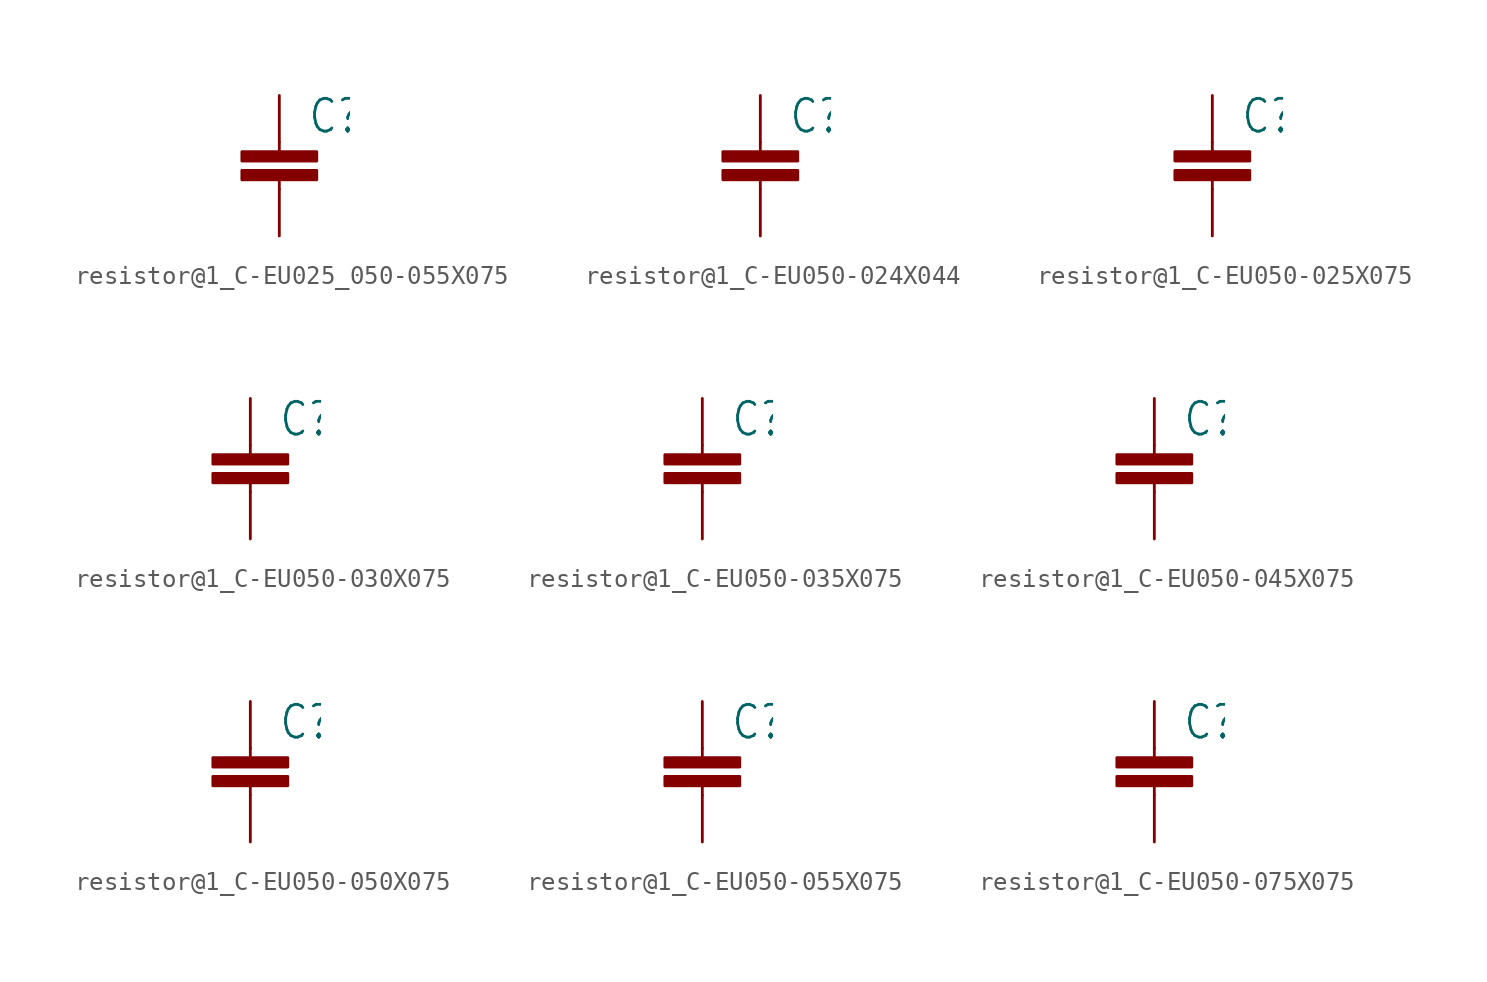
<source format=kicad_sym>
(kicad_symbol_lib
  (version 20231120)
  (generator "kicad_symbol_editor")
  (generator_version "8.0")
  (symbol "resistor@1_C-EU025_050-055X075"
    (property "Reference" "C"
      (at 1.524 0.381 0)
      (effects (font (size 1.778 1.511)) (justify left bottom)))
    (property "Value" ""
      (at 1.524 -4.699 0)
      (effects (font (size 1.778 1.511)) (justify left bottom)))
    (property "ki_locked" ""
      (at 0 0 0)
      (effects (font (size 1.27 1.27))))
    (symbol "resistor@1_C-EU025_050-055X075_1_0"
      (rectangle (start -2.032 -2.032) (end 2.032 -1.524) (stroke (width 0) (type default)) (fill (type outline)))
      (rectangle (start -2.032 -1.016) (end 2.032 -0.508) (stroke (width 0) (type default)) (fill (type outline)))
      (polyline (pts (xy 0 -2.54) (xy 0 -2.032)) (stroke (width 0.152) (type solid)) (fill (type none)))
      (polyline (pts (xy 0 0) (xy 0 -0.508)) (stroke (width 0.152) (type solid)) (fill (type none)))
      (pin passive line (at 0 2.54 270) (length 2.54) (name "1" (effects (font (size 0 0)))) (number "1" (effects (font (size 0 0)))))
      (pin passive line (at 0 -5.08 90) (length 2.54) (name "2" (effects (font (size 0 0)))) (number "2" (effects (font (size 0 0)))))))
  (symbol "resistor@1_C-EU050-024X044"
    (property "Reference" "C"
      (at 1.524 0.381 0)
      (effects (font (size 1.778 1.511)) (justify left bottom)))
    (property "Value" ""
      (at 1.524 -4.699 0)
      (effects (font (size 1.778 1.511)) (justify left bottom)))
    (property "ki_locked" ""
      (at 0 0 0)
      (effects (font (size 1.27 1.27))))
    (symbol "resistor@1_C-EU050-024X044_1_0"
      (rectangle (start -2.032 -2.032) (end 2.032 -1.524) (stroke (width 0) (type default)) (fill (type outline)))
      (rectangle (start -2.032 -1.016) (end 2.032 -0.508) (stroke (width 0) (type default)) (fill (type outline)))
      (polyline (pts (xy 0 -2.54) (xy 0 -2.032)) (stroke (width 0.152) (type solid)) (fill (type none)))
      (polyline (pts (xy 0 0) (xy 0 -0.508)) (stroke (width 0.152) (type solid)) (fill (type none)))
      (pin passive line (at 0 2.54 270) (length 2.54) (name "1" (effects (font (size 0 0)))) (number "1" (effects (font (size 0 0)))))
      (pin passive line (at 0 -5.08 90) (length 2.54) (name "2" (effects (font (size 0 0)))) (number "2" (effects (font (size 0 0)))))))
  (symbol "resistor@1_C-EU050-025X075"
    (property "Reference" "C"
      (at 1.524 0.381 0)
      (effects (font (size 1.778 1.511)) (justify left bottom)))
    (property "Value" ""
      (at 1.524 -4.699 0)
      (effects (font (size 1.778 1.511)) (justify left bottom)))
    (property "ki_locked" ""
      (at 0 0 0)
      (effects (font (size 1.27 1.27))))
    (symbol "resistor@1_C-EU050-025X075_1_0"
      (rectangle (start -2.032 -2.032) (end 2.032 -1.524) (stroke (width 0) (type default)) (fill (type outline)))
      (rectangle (start -2.032 -1.016) (end 2.032 -0.508) (stroke (width 0) (type default)) (fill (type outline)))
      (polyline (pts (xy 0 -2.54) (xy 0 -2.032)) (stroke (width 0.152) (type solid)) (fill (type none)))
      (polyline (pts (xy 0 0) (xy 0 -0.508)) (stroke (width 0.152) (type solid)) (fill (type none)))
      (pin passive line (at 0 2.54 270) (length 2.54) (name "1" (effects (font (size 0 0)))) (number "1" (effects (font (size 0 0)))))
      (pin passive line (at 0 -5.08 90) (length 2.54) (name "2" (effects (font (size 0 0)))) (number "2" (effects (font (size 0 0)))))))
  (symbol "resistor@1_C-EU050-030X075"
    (property "Reference" "C"
      (at 1.524 0.381 0)
      (effects (font (size 1.778 1.511)) (justify left bottom)))
    (property "Value" ""
      (at 1.524 -4.699 0)
      (effects (font (size 1.778 1.511)) (justify left bottom)))
    (property "ki_locked" ""
      (at 0 0 0)
      (effects (font (size 1.27 1.27))))
    (symbol "resistor@1_C-EU050-030X075_1_0"
      (rectangle (start -2.032 -2.032) (end 2.032 -1.524) (stroke (width 0) (type default)) (fill (type outline)))
      (rectangle (start -2.032 -1.016) (end 2.032 -0.508) (stroke (width 0) (type default)) (fill (type outline)))
      (polyline (pts (xy 0 -2.54) (xy 0 -2.032)) (stroke (width 0.152) (type solid)) (fill (type none)))
      (polyline (pts (xy 0 0) (xy 0 -0.508)) (stroke (width 0.152) (type solid)) (fill (type none)))
      (pin passive line (at 0 2.54 270) (length 2.54) (name "1" (effects (font (size 0 0)))) (number "1" (effects (font (size 0 0)))))
      (pin passive line (at 0 -5.08 90) (length 2.54) (name "2" (effects (font (size 0 0)))) (number "2" (effects (font (size 0 0)))))))
  (symbol "resistor@1_C-EU050-035X075"
    (property "Reference" "C"
      (at 1.524 0.381 0)
      (effects (font (size 1.778 1.511)) (justify left bottom)))
    (property "Value" ""
      (at 1.524 -4.699 0)
      (effects (font (size 1.778 1.511)) (justify left bottom)))
    (property "ki_locked" ""
      (at 0 0 0)
      (effects (font (size 1.27 1.27))))
    (symbol "resistor@1_C-EU050-035X075_1_0"
      (rectangle (start -2.032 -2.032) (end 2.032 -1.524) (stroke (width 0) (type default)) (fill (type outline)))
      (rectangle (start -2.032 -1.016) (end 2.032 -0.508) (stroke (width 0) (type default)) (fill (type outline)))
      (polyline (pts (xy 0 -2.54) (xy 0 -2.032)) (stroke (width 0.152) (type solid)) (fill (type none)))
      (polyline (pts (xy 0 0) (xy 0 -0.508)) (stroke (width 0.152) (type solid)) (fill (type none)))
      (pin passive line (at 0 2.54 270) (length 2.54) (name "1" (effects (font (size 0 0)))) (number "1" (effects (font (size 0 0)))))
      (pin passive line (at 0 -5.08 90) (length 2.54) (name "2" (effects (font (size 0 0)))) (number "2" (effects (font (size 0 0)))))))
  (symbol "resistor@1_C-EU050-045X075"
    (property "Reference" "C"
      (at 1.524 0.381 0)
      (effects (font (size 1.778 1.511)) (justify left bottom)))
    (property "Value" ""
      (at 1.524 -4.699 0)
      (effects (font (size 1.778 1.511)) (justify left bottom)))
    (property "ki_locked" ""
      (at 0 0 0)
      (effects (font (size 1.27 1.27))))
    (symbol "resistor@1_C-EU050-045X075_1_0"
      (rectangle (start -2.032 -2.032) (end 2.032 -1.524) (stroke (width 0) (type default)) (fill (type outline)))
      (rectangle (start -2.032 -1.016) (end 2.032 -0.508) (stroke (width 0) (type default)) (fill (type outline)))
      (polyline (pts (xy 0 -2.54) (xy 0 -2.032)) (stroke (width 0.152) (type solid)) (fill (type none)))
      (polyline (pts (xy 0 0) (xy 0 -0.508)) (stroke (width 0.152) (type solid)) (fill (type none)))
      (pin passive line (at 0 2.54 270) (length 2.54) (name "1" (effects (font (size 0 0)))) (number "1" (effects (font (size 0 0)))))
      (pin passive line (at 0 -5.08 90) (length 2.54) (name "2" (effects (font (size 0 0)))) (number "2" (effects (font (size 0 0)))))))
  (symbol "resistor@1_C-EU050-050X075"
    (property "Reference" "C"
      (at 1.524 0.381 0)
      (effects (font (size 1.778 1.511)) (justify left bottom)))
    (property "Value" ""
      (at 1.524 -4.699 0)
      (effects (font (size 1.778 1.511)) (justify left bottom)))
    (property "ki_locked" ""
      (at 0 0 0)
      (effects (font (size 1.27 1.27))))
    (symbol "resistor@1_C-EU050-050X075_1_0"
      (rectangle (start -2.032 -2.032) (end 2.032 -1.524) (stroke (width 0) (type default)) (fill (type outline)))
      (rectangle (start -2.032 -1.016) (end 2.032 -0.508) (stroke (width 0) (type default)) (fill (type outline)))
      (polyline (pts (xy 0 -2.54) (xy 0 -2.032)) (stroke (width 0.152) (type solid)) (fill (type none)))
      (polyline (pts (xy 0 0) (xy 0 -0.508)) (stroke (width 0.152) (type solid)) (fill (type none)))
      (pin passive line (at 0 2.54 270) (length 2.54) (name "1" (effects (font (size 0 0)))) (number "1" (effects (font (size 0 0)))))
      (pin passive line (at 0 -5.08 90) (length 2.54) (name "2" (effects (font (size 0 0)))) (number "2" (effects (font (size 0 0)))))))
  (symbol "resistor@1_C-EU050-055X075"
    (property "Reference" "C"
      (at 1.524 0.381 0)
      (effects (font (size 1.778 1.511)) (justify left bottom)))
    (property "Value" ""
      (at 1.524 -4.699 0)
      (effects (font (size 1.778 1.511)) (justify left bottom)))
    (property "ki_locked" ""
      (at 0 0 0)
      (effects (font (size 1.27 1.27))))
    (symbol "resistor@1_C-EU050-055X075_1_0"
      (rectangle (start -2.032 -2.032) (end 2.032 -1.524) (stroke (width 0) (type default)) (fill (type outline)))
      (rectangle (start -2.032 -1.016) (end 2.032 -0.508) (stroke (width 0) (type default)) (fill (type outline)))
      (polyline (pts (xy 0 -2.54) (xy 0 -2.032)) (stroke (width 0.152) (type solid)) (fill (type none)))
      (polyline (pts (xy 0 0) (xy 0 -0.508)) (stroke (width 0.152) (type solid)) (fill (type none)))
      (pin passive line (at 0 2.54 270) (length 2.54) (name "1" (effects (font (size 0 0)))) (number "1" (effects (font (size 0 0)))))
      (pin passive line (at 0 -5.08 90) (length 2.54) (name "2" (effects (font (size 0 0)))) (number "2" (effects (font (size 0 0)))))))
  (symbol "resistor@1_C-EU050-075X075"
    (property "Reference" "C"
      (at 1.524 0.381 0)
      (effects (font (size 1.778 1.511)) (justify left bottom)))
    (property "Value" ""
      (at 1.524 -4.699 0)
      (effects (font (size 1.778 1.511)) (justify left bottom)))
    (property "ki_locked" ""
      (at 0 0 0)
      (effects (font (size 1.27 1.27))))
    (symbol "resistor@1_C-EU050-075X075_1_0"
      (rectangle (start -2.032 -2.032) (end 2.032 -1.524) (stroke (width 0) (type default)) (fill (type outline)))
      (rectangle (start -2.032 -1.016) (end 2.032 -0.508) (stroke (width 0) (type default)) (fill (type outline)))
      (polyline (pts (xy 0 -2.54) (xy 0 -2.032)) (stroke (width 0.152) (type solid)) (fill (type none)))
      (polyline (pts (xy 0 0) (xy 0 -0.508)) (stroke (width 0.152) (type solid)) (fill (type none)))
      (pin passive line (at 0 2.54 270) (length 2.54) (name "1" (effects (font (size 0 0)))) (number "1" (effects (font (size 0 0)))))
      (pin passive line (at 0 -5.08 90) (length 2.54) (name "2" (effects (font (size 0 0)))) (number "2" (effects (font (size 0 0))))))))
</source>
